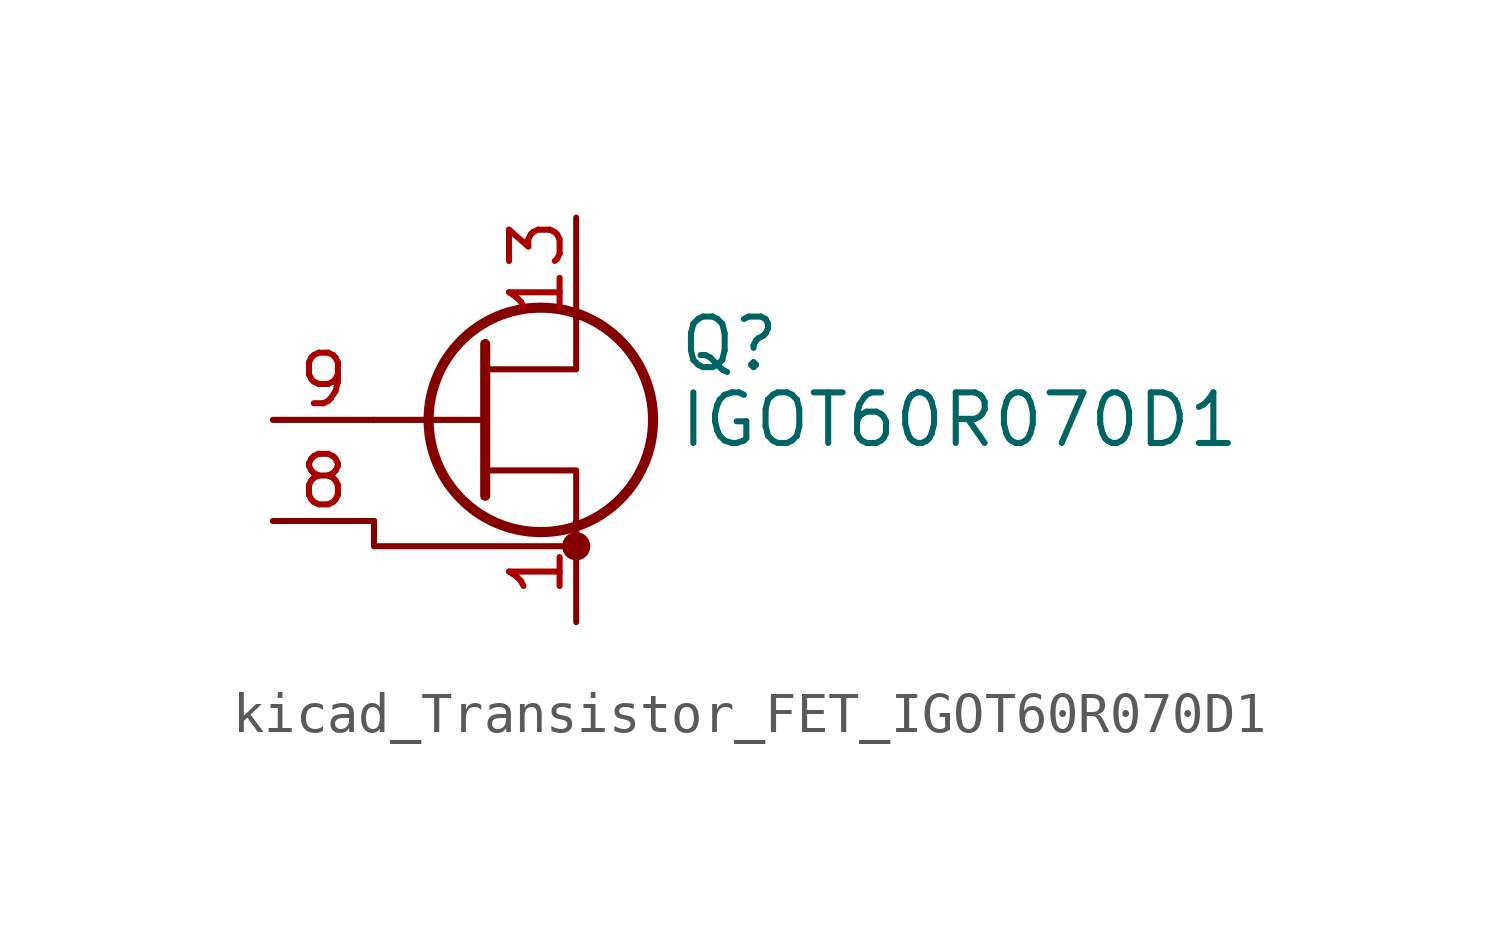
<source format=kicad_sym>
(kicad_symbol_lib
  (version 20220914)
  (generator kicad_symbol_editor)
  (symbol "kicad_Transistor_FET_IGOT60R070D1"
    (pin_names
      (offset 0) hide)
    (property "Reference" "Q"
      (at 5.08 1.905 0)
      (effects (font (size 1.27 1.27)) (justify left)))
    (property "Value" "IGOT60R070D1"
      (at 5.08 0 0)
      (effects (font (size 1.27 1.27)) (justify left)))
    (symbol "kicad_Transistor_FET_IGOT60R070D1_0_1"
      (polyline (pts (xy -2.54 0) (xy 0.254 0)) (stroke (width 0) (type default)) (fill (type none)))
      (polyline (pts (xy -2.54 -2.54) (xy -2.54 -3.175) (xy 2.54 -3.175)) (stroke (width 0) (type default)) (fill (type none)))
      (polyline (pts (xy 0.254 -1.27) (xy 2.54 -1.27) (xy 2.54 -2.54)) (stroke (width 0) (type default)) (fill (type none)))
      (polyline (pts (xy 0.254 1.905) (xy 0.254 -1.905) (xy 0.254 -1.905)) (stroke (width 0.254) (type default)) (fill (type none)))
      (polyline (pts (xy 2.54 2.54) (xy 2.54 1.27) (xy 0.254 1.27)) (stroke (width 0) (type default)) (fill (type none)))
      (circle (center 1.651 0) (radius 2.819) (stroke (width 0.254) (type default)) (fill (type none)))
      (circle (center 2.54 -3.175) (radius 0.279) (stroke (width 0) (type default)) (fill (type outline))))
    (symbol "kicad_Transistor_FET_IGOT60R070D1_1_1"
      (pin passive line (at 2.54 -5.08 90) (length 2.54) (name "S" (effects (font (size 1.27 1.27)))) (number "1" (effects (font (size 1.27 1.27)))))
      (pin input line (at -5.08 0 0) (length 2.54) hide (name "G" (effects (font (size 1.27 1.27)))) (number "10" (effects (font (size 1.27 1.27)))))
      (pin passive line (at 2.54 5.08 270) (length 2.54) (name "D" (effects (font (size 1.27 1.27)))) (number "13" (effects (font (size 1.27 1.27)))))
      (pin passive line (at 2.54 5.08 270) (length 2.54) hide (name "D" (effects (font (size 1.27 1.27)))) (number "14" (effects (font (size 1.27 1.27)))))
      (pin passive line (at 2.54 5.08 270) (length 2.54) hide (name "D" (effects (font (size 1.27 1.27)))) (number "15" (effects (font (size 1.27 1.27)))))
      (pin passive line (at 2.54 5.08 270) (length 2.54) hide (name "D" (effects (font (size 1.27 1.27)))) (number "16" (effects (font (size 1.27 1.27)))))
      (pin passive line (at 2.54 5.08 270) (length 2.54) hide (name "D" (effects (font (size 1.27 1.27)))) (number "17" (effects (font (size 1.27 1.27)))))
      (pin passive line (at 2.54 5.08 270) (length 2.54) hide (name "D" (effects (font (size 1.27 1.27)))) (number "18" (effects (font (size 1.27 1.27)))))
      (pin passive line (at 2.54 -5.08 90) (length 2.54) hide (name "S" (effects (font (size 1.27 1.27)))) (number "2" (effects (font (size 1.27 1.27)))))
      (pin passive line (at 2.54 -5.08 90) (length 2.54) hide (name "S" (effects (font (size 1.27 1.27)))) (number "3" (effects (font (size 1.27 1.27)))))
      (pin passive line (at 2.54 -5.08 90) (length 2.54) hide (name "S" (effects (font (size 1.27 1.27)))) (number "4" (effects (font (size 1.27 1.27)))))
      (pin passive line (at 2.54 -5.08 90) (length 2.54) hide (name "S" (effects (font (size 1.27 1.27)))) (number "5" (effects (font (size 1.27 1.27)))))
      (pin passive line (at 2.54 -5.08 90) (length 2.54) hide (name "S" (effects (font (size 1.27 1.27)))) (number "6" (effects (font (size 1.27 1.27)))))
      (pin passive line (at 2.54 -5.08 90) (length 2.54) hide (name "S" (effects (font (size 1.27 1.27)))) (number "7" (effects (font (size 1.27 1.27)))))
      (pin passive line (at -5.08 -2.54 0) (length 2.54) (name "SS" (effects (font (size 1.27 1.27)))) (number "8" (effects (font (size 1.27 1.27)))))
      (pin input line (at -5.08 0 0) (length 2.54) (name "G" (effects (font (size 1.27 1.27)))) (number "9" (effects (font (size 1.27 1.27))))))))
</source>
